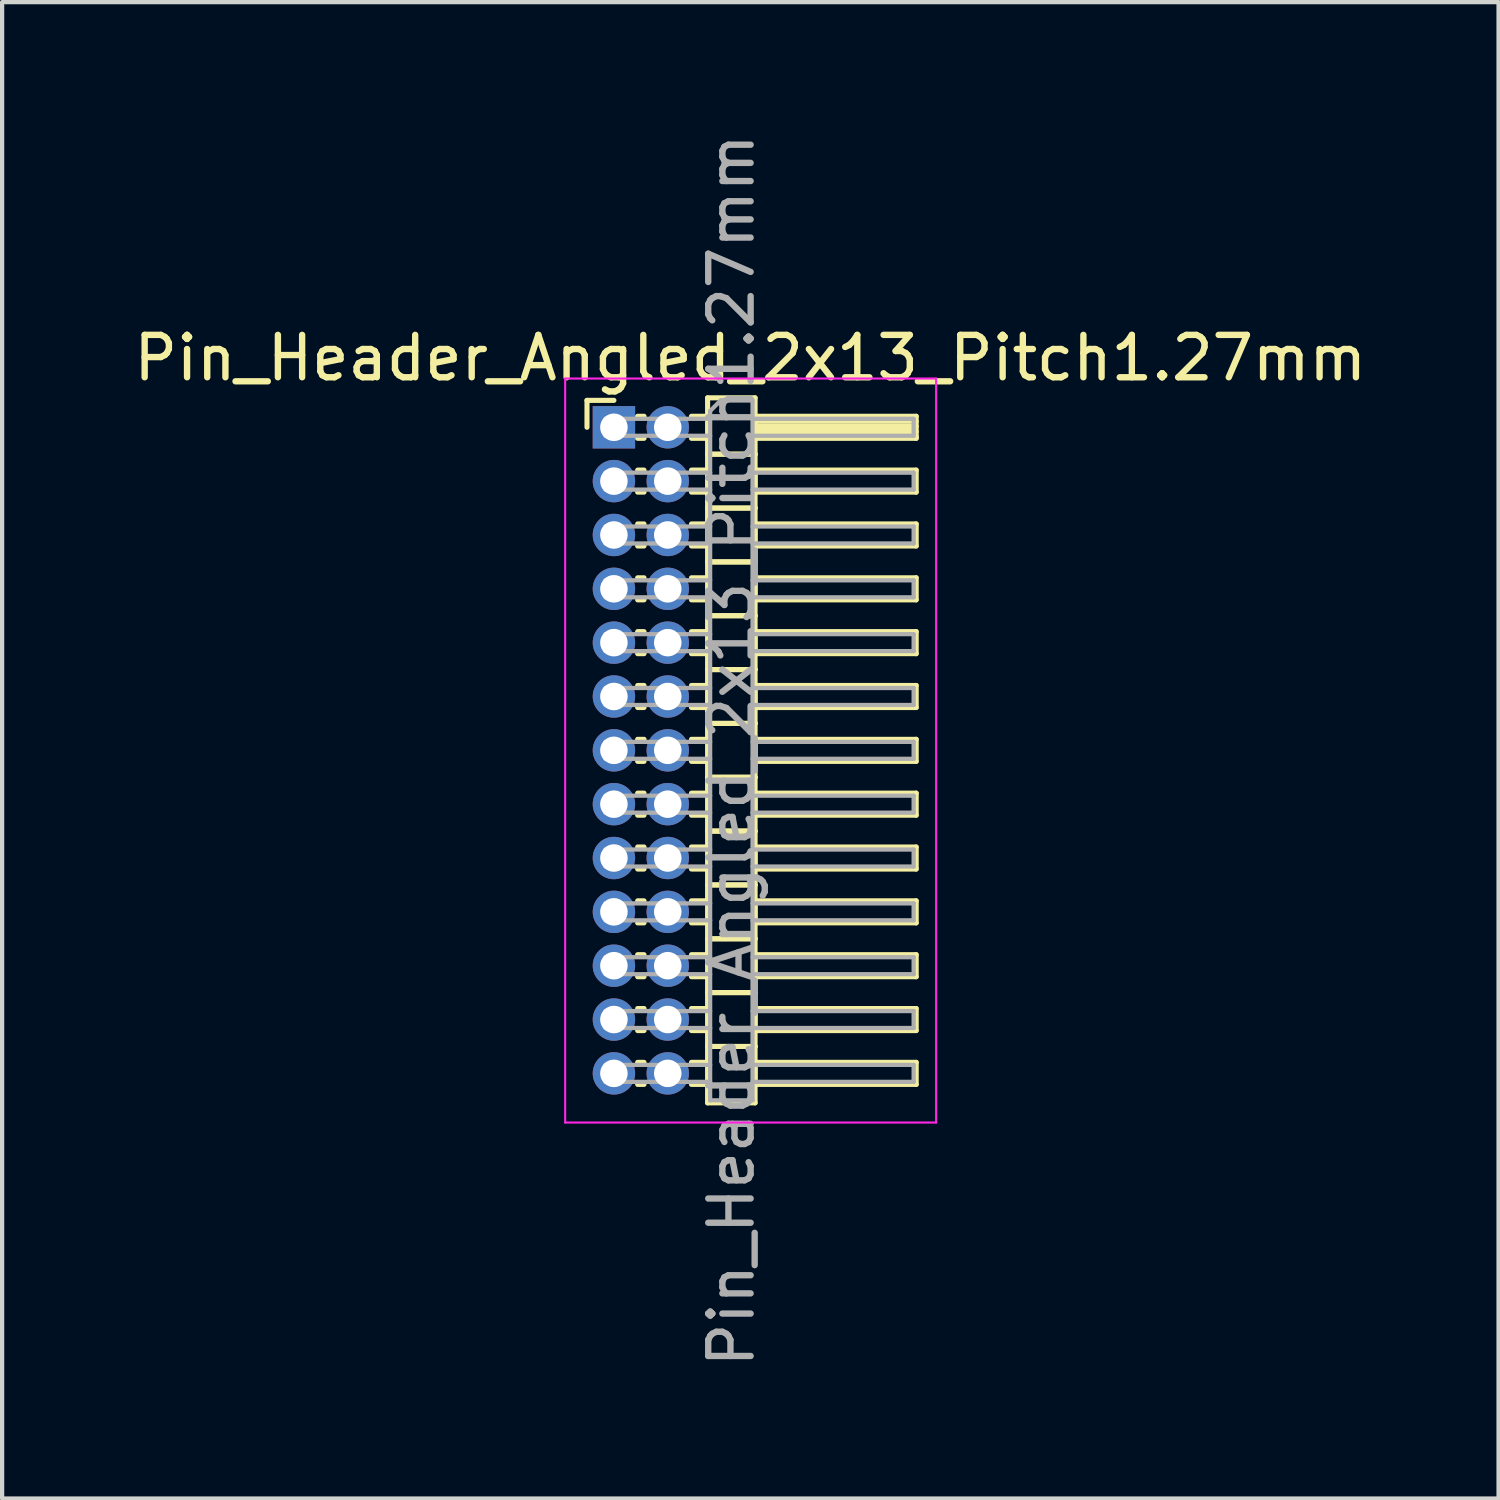
<source format=kicad_pcb>
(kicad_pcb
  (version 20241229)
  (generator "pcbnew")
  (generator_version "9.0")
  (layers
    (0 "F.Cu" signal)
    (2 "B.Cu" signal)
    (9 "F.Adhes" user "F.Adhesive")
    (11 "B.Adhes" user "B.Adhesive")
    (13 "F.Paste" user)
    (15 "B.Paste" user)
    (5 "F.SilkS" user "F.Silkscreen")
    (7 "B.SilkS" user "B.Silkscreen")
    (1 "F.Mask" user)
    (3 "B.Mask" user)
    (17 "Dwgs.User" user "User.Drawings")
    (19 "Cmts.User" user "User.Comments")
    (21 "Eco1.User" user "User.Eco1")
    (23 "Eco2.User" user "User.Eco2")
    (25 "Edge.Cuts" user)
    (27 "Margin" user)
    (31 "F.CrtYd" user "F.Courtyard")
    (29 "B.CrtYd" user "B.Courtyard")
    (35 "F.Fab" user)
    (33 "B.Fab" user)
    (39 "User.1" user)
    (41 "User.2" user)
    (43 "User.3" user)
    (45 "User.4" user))
  (footprint "Pin_Header_Angled_2x13_Pitch1.27mm"
    (layer "F.Cu")
    (at 11.431 7.029)
    (property "Reference" "Pin_Header_Angled_2x13_Pitch1.27mm" (at 3.217 -1.635 0) (layer "F.SilkS") (effects (font (size 1 1) (thickness 0.15))))
    (attr through_hole)
    (fp_line (start -0.635 -0.635) (end 0 -0.635) (stroke (width 0.12) (type solid)) (layer "F.SilkS"))
    (fp_line (start -0.635 0) (end -0.635 -0.635) (stroke (width 0.12) (type solid)) (layer "F.SilkS"))
    (fp_line (start 0.56 -0.26) (end 0.71 -0.26) (stroke (width 0.12) (type solid)) (layer "F.SilkS"))
    (fp_line (start 0.56 0.26) (end 0.71 0.26) (stroke (width 0.12) (type solid)) (layer "F.SilkS"))
    (fp_line (start 0.56 1.01) (end 0.71 1.01) (stroke (width 0.12) (type solid)) (layer "F.SilkS"))
    (fp_line (start 0.56 1.53) (end 0.71 1.53) (stroke (width 0.12) (type solid)) (layer "F.SilkS"))
    (fp_line (start 0.56 2.28) (end 0.71 2.28) (stroke (width 0.12) (type solid)) (layer "F.SilkS"))
    (fp_line (start 0.56 2.8) (end 0.71 2.8) (stroke (width 0.12) (type solid)) (layer "F.SilkS"))
    (fp_line (start 0.56 3.55) (end 0.71 3.55) (stroke (width 0.12) (type solid)) (layer "F.SilkS"))
    (fp_line (start 0.56 4.07) (end 0.71 4.07) (stroke (width 0.12) (type solid)) (layer "F.SilkS"))
    (fp_line (start 0.56 4.82) (end 0.71 4.82) (stroke (width 0.12) (type solid)) (layer "F.SilkS"))
    (fp_line (start 0.56 5.34) (end 0.71 5.34) (stroke (width 0.12) (type solid)) (layer "F.SilkS"))
    (fp_line (start 0.56 6.09) (end 0.71 6.09) (stroke (width 0.12) (type solid)) (layer "F.SilkS"))
    (fp_line (start 0.56 6.61) (end 0.71 6.61) (stroke (width 0.12) (type solid)) (layer "F.SilkS"))
    (fp_line (start 0.56 7.36) (end 0.71 7.36) (stroke (width 0.12) (type solid)) (layer "F.SilkS"))
    (fp_line (start 0.56 7.88) (end 0.71 7.88) (stroke (width 0.12) (type solid)) (layer "F.SilkS"))
    (fp_line (start 0.56 8.63) (end 0.71 8.63) (stroke (width 0.12) (type solid)) (layer "F.SilkS"))
    (fp_line (start 0.56 9.15) (end 0.71 9.15) (stroke (width 0.12) (type solid)) (layer "F.SilkS"))
    (fp_line (start 0.56 9.9) (end 0.71 9.9) (stroke (width 0.12) (type solid)) (layer "F.SilkS"))
    (fp_line (start 0.56 10.42) (end 0.71 10.42) (stroke (width 0.12) (type solid)) (layer "F.SilkS"))
    (fp_line (start 0.56 11.17) (end 0.71 11.17) (stroke (width 0.12) (type solid)) (layer "F.SilkS"))
    (fp_line (start 0.56 11.69) (end 0.71 11.69) (stroke (width 0.12) (type solid)) (layer "F.SilkS"))
    (fp_line (start 0.56 12.44) (end 0.71 12.44) (stroke (width 0.12) (type solid)) (layer "F.SilkS"))
    (fp_line (start 0.56 12.96) (end 0.71 12.96) (stroke (width 0.12) (type solid)) (layer "F.SilkS"))
    (fp_line (start 0.56 13.71) (end 0.71 13.71) (stroke (width 0.12) (type solid)) (layer "F.SilkS"))
    (fp_line (start 0.56 14.23) (end 0.71 14.23) (stroke (width 0.12) (type solid)) (layer "F.SilkS"))
    (fp_line (start 0.56 14.98) (end 0.71 14.98) (stroke (width 0.12) (type solid)) (layer "F.SilkS"))
    (fp_line (start 0.56 15.5) (end 0.71 15.5) (stroke (width 0.12) (type solid)) (layer "F.SilkS"))
    (fp_line (start 1.83 -0.26) (end 2.21 -0.26) (stroke (width 0.12) (type solid)) (layer "F.SilkS"))
    (fp_line (start 1.83 0.26) (end 2.21 0.26) (stroke (width 0.12) (type solid)) (layer "F.SilkS"))
    (fp_line (start 1.83 1.01) (end 2.21 1.01) (stroke (width 0.12) (type solid)) (layer "F.SilkS"))
    (fp_line (start 1.83 1.53) (end 2.21 1.53) (stroke (width 0.12) (type solid)) (layer "F.SilkS"))
    (fp_line (start 1.83 2.28) (end 2.21 2.28) (stroke (width 0.12) (type solid)) (layer "F.SilkS"))
    (fp_line (start 1.83 2.8) (end 2.21 2.8) (stroke (width 0.12) (type solid)) (layer "F.SilkS"))
    (fp_line (start 1.83 3.55) (end 2.21 3.55) (stroke (width 0.12) (type solid)) (layer "F.SilkS"))
    (fp_line (start 1.83 4.07) (end 2.21 4.07) (stroke (width 0.12) (type solid)) (layer "F.SilkS"))
    (fp_line (start 1.83 4.82) (end 2.21 4.82) (stroke (width 0.12) (type solid)) (layer "F.SilkS"))
    (fp_line (start 1.83 5.34) (end 2.21 5.34) (stroke (width 0.12) (type solid)) (layer "F.SilkS"))
    (fp_line (start 1.83 6.09) (end 2.21 6.09) (stroke (width 0.12) (type solid)) (layer "F.SilkS"))
    (fp_line (start 1.83 6.61) (end 2.21 6.61) (stroke (width 0.12) (type solid)) (layer "F.SilkS"))
    (fp_line (start 1.83 7.36) (end 2.21 7.36) (stroke (width 0.12) (type solid)) (layer "F.SilkS"))
    (fp_line (start 1.83 7.88) (end 2.21 7.88) (stroke (width 0.12) (type solid)) (layer "F.SilkS"))
    (fp_line (start 1.83 8.63) (end 2.21 8.63) (stroke (width 0.12) (type solid)) (layer "F.SilkS"))
    (fp_line (start 1.83 9.15) (end 2.21 9.15) (stroke (width 0.12) (type solid)) (layer "F.SilkS"))
    (fp_line (start 1.83 9.9) (end 2.21 9.9) (stroke (width 0.12) (type solid)) (layer "F.SilkS"))
    (fp_line (start 1.83 10.42) (end 2.21 10.42) (stroke (width 0.12) (type solid)) (layer "F.SilkS"))
    (fp_line (start 1.83 11.17) (end 2.21 11.17) (stroke (width 0.12) (type solid)) (layer "F.SilkS"))
    (fp_line (start 1.83 11.69) (end 2.21 11.69) (stroke (width 0.12) (type solid)) (layer "F.SilkS"))
    (fp_line (start 1.83 12.44) (end 2.21 12.44) (stroke (width 0.12) (type solid)) (layer "F.SilkS"))
    (fp_line (start 1.83 12.96) (end 2.21 12.96) (stroke (width 0.12) (type solid)) (layer "F.SilkS"))
    (fp_line (start 1.83 13.71) (end 2.21 13.71) (stroke (width 0.12) (type solid)) (layer "F.SilkS"))
    (fp_line (start 1.83 14.23) (end 2.21 14.23) (stroke (width 0.12) (type solid)) (layer "F.SilkS"))
    (fp_line (start 1.83 14.98) (end 2.21 14.98) (stroke (width 0.12) (type solid)) (layer "F.SilkS"))
    (fp_line (start 1.83 15.5) (end 2.21 15.5) (stroke (width 0.12) (type solid)) (layer "F.SilkS"))
    (fp_line (start 2.21 -0.695) (end 2.21 0.635) (stroke (width 0.12) (type solid)) (layer "F.SilkS"))
    (fp_line (start 2.21 0.635) (end 2.21 1.905) (stroke (width 0.12) (type solid)) (layer "F.SilkS"))
    (fp_line (start 2.21 0.635) (end 3.33 0.635) (stroke (width 0.12) (type solid)) (layer "F.SilkS"))
    (fp_line (start 2.21 1.905) (end 2.21 3.175) (stroke (width 0.12) (type solid)) (layer "F.SilkS"))
    (fp_line (start 2.21 1.905) (end 3.33 1.905) (stroke (width 0.12) (type solid)) (layer "F.SilkS"))
    (fp_line (start 2.21 3.175) (end 2.21 4.445) (stroke (width 0.12) (type solid)) (layer "F.SilkS"))
    (fp_line (start 2.21 3.175) (end 3.33 3.175) (stroke (width 0.12) (type solid)) (layer "F.SilkS"))
    (fp_line (start 2.21 4.445) (end 2.21 5.715) (stroke (width 0.12) (type solid)) (layer "F.SilkS"))
    (fp_line (start 2.21 4.445) (end 3.33 4.445) (stroke (width 0.12) (type solid)) (layer "F.SilkS"))
    (fp_line (start 2.21 5.715) (end 2.21 6.985) (stroke (width 0.12) (type solid)) (layer "F.SilkS"))
    (fp_line (start 2.21 5.715) (end 3.33 5.715) (stroke (width 0.12) (type solid)) (layer "F.SilkS"))
    (fp_line (start 2.21 6.985) (end 2.21 8.255) (stroke (width 0.12) (type solid)) (layer "F.SilkS"))
    (fp_line (start 2.21 6.985) (end 3.33 6.985) (stroke (width 0.12) (type solid)) (layer "F.SilkS"))
    (fp_line (start 2.21 8.255) (end 2.21 9.525) (stroke (width 0.12) (type solid)) (layer "F.SilkS"))
    (fp_line (start 2.21 8.255) (end 3.33 8.255) (stroke (width 0.12) (type solid)) (layer "F.SilkS"))
    (fp_line (start 2.21 9.525) (end 2.21 10.795) (stroke (width 0.12) (type solid)) (layer "F.SilkS"))
    (fp_line (start 2.21 9.525) (end 3.33 9.525) (stroke (width 0.12) (type solid)) (layer "F.SilkS"))
    (fp_line (start 2.21 10.795) (end 2.21 12.065) (stroke (width 0.12) (type solid)) (layer "F.SilkS"))
    (fp_line (start 2.21 10.795) (end 3.33 10.795) (stroke (width 0.12) (type solid)) (layer "F.SilkS"))
    (fp_line (start 2.21 12.065) (end 2.21 13.335) (stroke (width 0.12) (type solid)) (layer "F.SilkS"))
    (fp_line (start 2.21 12.065) (end 3.33 12.065) (stroke (width 0.12) (type solid)) (layer "F.SilkS"))
    (fp_line (start 2.21 13.335) (end 2.21 14.605) (stroke (width 0.12) (type solid)) (layer "F.SilkS"))
    (fp_line (start 2.21 13.335) (end 3.33 13.335) (stroke (width 0.12) (type solid)) (layer "F.SilkS"))
    (fp_line (start 2.21 14.605) (end 2.21 15.935) (stroke (width 0.12) (type solid)) (layer "F.SilkS"))
    (fp_line (start 2.21 14.605) (end 3.33 14.605) (stroke (width 0.12) (type solid)) (layer "F.SilkS"))
    (fp_line (start 2.21 15.935) (end 3.33 15.935) (stroke (width 0.12) (type solid)) (layer "F.SilkS"))
    (fp_line (start 3.33 -0.695) (end 2.21 -0.695) (stroke (width 0.12) (type solid)) (layer "F.SilkS"))
    (fp_line (start 3.33 -0.26) (end 3.33 0.26) (stroke (width 0.12) (type solid)) (layer "F.SilkS"))
    (fp_line (start 3.33 -0.14) (end 7.13 -0.14) (stroke (width 0.12) (type solid)) (layer "F.SilkS"))
    (fp_line (start 3.33 -0.02) (end 7.13 -0.02) (stroke (width 0.12) (type solid)) (layer "F.SilkS"))
    (fp_line (start 3.33 0.1) (end 7.13 0.1) (stroke (width 0.12) (type solid)) (layer "F.SilkS"))
    (fp_line (start 3.33 0.22) (end 7.13 0.22) (stroke (width 0.12) (type solid)) (layer "F.SilkS"))
    (fp_line (start 3.33 0.26) (end 7.13 0.26) (stroke (width 0.12) (type solid)) (layer "F.SilkS"))
    (fp_line (start 3.33 0.635) (end 2.21 0.635) (stroke (width 0.12) (type solid)) (layer "F.SilkS"))
    (fp_line (start 3.33 0.635) (end 3.33 -0.695) (stroke (width 0.12) (type solid)) (layer "F.SilkS"))
    (fp_line (start 3.33 1.01) (end 3.33 1.53) (stroke (width 0.12) (type solid)) (layer "F.SilkS"))
    (fp_line (start 3.33 1.53) (end 7.13 1.53) (stroke (width 0.12) (type solid)) (layer "F.SilkS"))
    (fp_line (start 3.33 1.905) (end 2.21 1.905) (stroke (width 0.12) (type solid)) (layer "F.SilkS"))
    (fp_line (start 3.33 1.905) (end 3.33 0.635) (stroke (width 0.12) (type solid)) (layer "F.SilkS"))
    (fp_line (start 3.33 2.28) (end 3.33 2.8) (stroke (width 0.12) (type solid)) (layer "F.SilkS"))
    (fp_line (start 3.33 2.8) (end 7.13 2.8) (stroke (width 0.12) (type solid)) (layer "F.SilkS"))
    (fp_line (start 3.33 3.175) (end 2.21 3.175) (stroke (width 0.12) (type solid)) (layer "F.SilkS"))
    (fp_line (start 3.33 3.175) (end 3.33 1.905) (stroke (width 0.12) (type solid)) (layer "F.SilkS"))
    (fp_line (start 3.33 3.55) (end 3.33 4.07) (stroke (width 0.12) (type solid)) (layer "F.SilkS"))
    (fp_line (start 3.33 4.07) (end 7.13 4.07) (stroke (width 0.12) (type solid)) (layer "F.SilkS"))
    (fp_line (start 3.33 4.445) (end 2.21 4.445) (stroke (width 0.12) (type solid)) (layer "F.SilkS"))
    (fp_line (start 3.33 4.445) (end 3.33 3.175) (stroke (width 0.12) (type solid)) (layer "F.SilkS"))
    (fp_line (start 3.33 4.82) (end 3.33 5.34) (stroke (width 0.12) (type solid)) (layer "F.SilkS"))
    (fp_line (start 3.33 5.34) (end 7.13 5.34) (stroke (width 0.12) (type solid)) (layer "F.SilkS"))
    (fp_line (start 3.33 5.715) (end 2.21 5.715) (stroke (width 0.12) (type solid)) (layer "F.SilkS"))
    (fp_line (start 3.33 5.715) (end 3.33 4.445) (stroke (width 0.12) (type solid)) (layer "F.SilkS"))
    (fp_line (start 3.33 6.09) (end 3.33 6.61) (stroke (width 0.12) (type solid)) (layer "F.SilkS"))
    (fp_line (start 3.33 6.61) (end 7.13 6.61) (stroke (width 0.12) (type solid)) (layer "F.SilkS"))
    (fp_line (start 3.33 6.985) (end 2.21 6.985) (stroke (width 0.12) (type solid)) (layer "F.SilkS"))
    (fp_line (start 3.33 6.985) (end 3.33 5.715) (stroke (width 0.12) (type solid)) (layer "F.SilkS"))
    (fp_line (start 3.33 7.36) (end 3.33 7.88) (stroke (width 0.12) (type solid)) (layer "F.SilkS"))
    (fp_line (start 3.33 7.88) (end 7.13 7.88) (stroke (width 0.12) (type solid)) (layer "F.SilkS"))
    (fp_line (start 3.33 8.255) (end 2.21 8.255) (stroke (width 0.12) (type solid)) (layer "F.SilkS"))
    (fp_line (start 3.33 8.255) (end 3.33 6.985) (stroke (width 0.12) (type solid)) (layer "F.SilkS"))
    (fp_line (start 3.33 8.63) (end 3.33 9.15) (stroke (width 0.12) (type solid)) (layer "F.SilkS"))
    (fp_line (start 3.33 9.15) (end 7.13 9.15) (stroke (width 0.12) (type solid)) (layer "F.SilkS"))
    (fp_line (start 3.33 9.525) (end 2.21 9.525) (stroke (width 0.12) (type solid)) (layer "F.SilkS"))
    (fp_line (start 3.33 9.525) (end 3.33 8.255) (stroke (width 0.12) (type solid)) (layer "F.SilkS"))
    (fp_line (start 3.33 9.9) (end 3.33 10.42) (stroke (width 0.12) (type solid)) (layer "F.SilkS"))
    (fp_line (start 3.33 10.42) (end 7.13 10.42) (stroke (width 0.12) (type solid)) (layer "F.SilkS"))
    (fp_line (start 3.33 10.795) (end 2.21 10.795) (stroke (width 0.12) (type solid)) (layer "F.SilkS"))
    (fp_line (start 3.33 10.795) (end 3.33 9.525) (stroke (width 0.12) (type solid)) (layer "F.SilkS"))
    (fp_line (start 3.33 11.17) (end 3.33 11.69) (stroke (width 0.12) (type solid)) (layer "F.SilkS"))
    (fp_line (start 3.33 11.69) (end 7.13 11.69) (stroke (width 0.12) (type solid)) (layer "F.SilkS"))
    (fp_line (start 3.33 12.065) (end 2.21 12.065) (stroke (width 0.12) (type solid)) (layer "F.SilkS"))
    (fp_line (start 3.33 12.065) (end 3.33 10.795) (stroke (width 0.12) (type solid)) (layer "F.SilkS"))
    (fp_line (start 3.33 12.44) (end 3.33 12.96) (stroke (width 0.12) (type solid)) (layer "F.SilkS"))
    (fp_line (start 3.33 12.96) (end 7.13 12.96) (stroke (width 0.12) (type solid)) (layer "F.SilkS"))
    (fp_line (start 3.33 13.335) (end 2.21 13.335) (stroke (width 0.12) (type solid)) (layer "F.SilkS"))
    (fp_line (start 3.33 13.335) (end 3.33 12.065) (stroke (width 0.12) (type solid)) (layer "F.SilkS"))
    (fp_line (start 3.33 13.71) (end 3.33 14.23) (stroke (width 0.12) (type solid)) (layer "F.SilkS"))
    (fp_line (start 3.33 14.23) (end 7.13 14.23) (stroke (width 0.12) (type solid)) (layer "F.SilkS"))
    (fp_line (start 3.33 14.605) (end 2.21 14.605) (stroke (width 0.12) (type solid)) (layer "F.SilkS"))
    (fp_line (start 3.33 14.605) (end 3.33 13.335) (stroke (width 0.12) (type solid)) (layer "F.SilkS"))
    (fp_line (start 3.33 14.98) (end 3.33 15.5) (stroke (width 0.12) (type solid)) (layer "F.SilkS"))
    (fp_line (start 3.33 15.5) (end 7.13 15.5) (stroke (width 0.12) (type solid)) (layer "F.SilkS"))
    (fp_line (start 3.33 15.935) (end 3.33 14.605) (stroke (width 0.12) (type solid)) (layer "F.SilkS"))
    (fp_line (start 7.13 -0.26) (end 3.33 -0.26) (stroke (width 0.12) (type solid)) (layer "F.SilkS"))
    (fp_line (start 7.13 0.26) (end 7.13 -0.26) (stroke (width 0.12) (type solid)) (layer "F.SilkS"))
    (fp_line (start 7.13 1.01) (end 3.33 1.01) (stroke (width 0.12) (type solid)) (layer "F.SilkS"))
    (fp_line (start 7.13 1.53) (end 7.13 1.01) (stroke (width 0.12) (type solid)) (layer "F.SilkS"))
    (fp_line (start 7.13 2.28) (end 3.33 2.28) (stroke (width 0.12) (type solid)) (layer "F.SilkS"))
    (fp_line (start 7.13 2.8) (end 7.13 2.28) (stroke (width 0.12) (type solid)) (layer "F.SilkS"))
    (fp_line (start 7.13 3.55) (end 3.33 3.55) (stroke (width 0.12) (type solid)) (layer "F.SilkS"))
    (fp_line (start 7.13 4.07) (end 7.13 3.55) (stroke (width 0.12) (type solid)) (layer "F.SilkS"))
    (fp_line (start 7.13 4.82) (end 3.33 4.82) (stroke (width 0.12) (type solid)) (layer "F.SilkS"))
    (fp_line (start 7.13 5.34) (end 7.13 4.82) (stroke (width 0.12) (type solid)) (layer "F.SilkS"))
    (fp_line (start 7.13 6.09) (end 3.33 6.09) (stroke (width 0.12) (type solid)) (layer "F.SilkS"))
    (fp_line (start 7.13 6.61) (end 7.13 6.09) (stroke (width 0.12) (type solid)) (layer "F.SilkS"))
    (fp_line (start 7.13 7.36) (end 3.33 7.36) (stroke (width 0.12) (type solid)) (layer "F.SilkS"))
    (fp_line (start 7.13 7.88) (end 7.13 7.36) (stroke (width 0.12) (type solid)) (layer "F.SilkS"))
    (fp_line (start 7.13 8.63) (end 3.33 8.63) (stroke (width 0.12) (type solid)) (layer "F.SilkS"))
    (fp_line (start 7.13 9.15) (end 7.13 8.63) (stroke (width 0.12) (type solid)) (layer "F.SilkS"))
    (fp_line (start 7.13 9.9) (end 3.33 9.9) (stroke (width 0.12) (type solid)) (layer "F.SilkS"))
    (fp_line (start 7.13 10.42) (end 7.13 9.9) (stroke (width 0.12) (type solid)) (layer "F.SilkS"))
    (fp_line (start 7.13 11.17) (end 3.33 11.17) (stroke (width 0.12) (type solid)) (layer "F.SilkS"))
    (fp_line (start 7.13 11.69) (end 7.13 11.17) (stroke (width 0.12) (type solid)) (layer "F.SilkS"))
    (fp_line (start 7.13 12.44) (end 3.33 12.44) (stroke (width 0.12) (type solid)) (layer "F.SilkS"))
    (fp_line (start 7.13 12.96) (end 7.13 12.44) (stroke (width 0.12) (type solid)) (layer "F.SilkS"))
    (fp_line (start 7.13 13.71) (end 3.33 13.71) (stroke (width 0.12) (type solid)) (layer "F.SilkS"))
    (fp_line (start 7.13 14.23) (end 7.13 13.71) (stroke (width 0.12) (type solid)) (layer "F.SilkS"))
    (fp_line (start 7.13 14.98) (end 3.33 14.98) (stroke (width 0.12) (type solid)) (layer "F.SilkS"))
    (fp_line (start 7.13 15.5) (end 7.13 14.98) (stroke (width 0.12) (type solid)) (layer "F.SilkS"))
    (fp_line (start -1.15 -1.15) (end -1.15 16.4) (stroke (width 0.05) (type solid)) (layer "F.CrtYd"))
    (fp_line (start -1.15 16.4) (end 7.6 16.4) (stroke (width 0.05) (type solid)) (layer "F.CrtYd"))
    (fp_line (start 7.6 -1.15) (end -1.15 -1.15) (stroke (width 0.05) (type solid)) (layer "F.CrtYd"))
    (fp_line (start 7.6 16.4) (end 7.6 -1.15) (stroke (width 0.05) (type solid)) (layer "F.CrtYd"))
    (fp_line (start -0.2 -0.2) (end -0.2 0.2) (stroke (width 0.1) (type solid)) (layer "F.Fab"))
    (fp_line (start -0.2 -0.2) (end 2.27 -0.2) (stroke (width 0.1) (type solid)) (layer "F.Fab"))
    (fp_line (start -0.2 0.2) (end 2.27 0.2) (stroke (width 0.1) (type solid)) (layer "F.Fab"))
    (fp_line (start -0.2 1.07) (end -0.2 1.47) (stroke (width 0.1) (type solid)) (layer "F.Fab"))
    (fp_line (start -0.2 1.07) (end 2.27 1.07) (stroke (width 0.1) (type solid)) (layer "F.Fab"))
    (fp_line (start -0.2 1.47) (end 2.27 1.47) (stroke (width 0.1) (type solid)) (layer "F.Fab"))
    (fp_line (start -0.2 2.34) (end -0.2 2.74) (stroke (width 0.1) (type solid)) (layer "F.Fab"))
    (fp_line (start -0.2 2.34) (end 2.27 2.34) (stroke (width 0.1) (type solid)) (layer "F.Fab"))
    (fp_line (start -0.2 2.74) (end 2.27 2.74) (stroke (width 0.1) (type solid)) (layer "F.Fab"))
    (fp_line (start -0.2 3.61) (end -0.2 4.01) (stroke (width 0.1) (type solid)) (layer "F.Fab"))
    (fp_line (start -0.2 3.61) (end 2.27 3.61) (stroke (width 0.1) (type solid)) (layer "F.Fab"))
    (fp_line (start -0.2 4.01) (end 2.27 4.01) (stroke (width 0.1) (type solid)) (layer "F.Fab"))
    (fp_line (start -0.2 4.88) (end -0.2 5.28) (stroke (width 0.1) (type solid)) (layer "F.Fab"))
    (fp_line (start -0.2 4.88) (end 2.27 4.88) (stroke (width 0.1) (type solid)) (layer "F.Fab"))
    (fp_line (start -0.2 5.28) (end 2.27 5.28) (stroke (width 0.1) (type solid)) (layer "F.Fab"))
    (fp_line (start -0.2 6.15) (end -0.2 6.55) (stroke (width 0.1) (type solid)) (layer "F.Fab"))
    (fp_line (start -0.2 6.15) (end 2.27 6.15) (stroke (width 0.1) (type solid)) (layer "F.Fab"))
    (fp_line (start -0.2 6.55) (end 2.27 6.55) (stroke (width 0.1) (type solid)) (layer "F.Fab"))
    (fp_line (start -0.2 7.42) (end -0.2 7.82) (stroke (width 0.1) (type solid)) (layer "F.Fab"))
    (fp_line (start -0.2 7.42) (end 2.27 7.42) (stroke (width 0.1) (type solid)) (layer "F.Fab"))
    (fp_line (start -0.2 7.82) (end 2.27 7.82) (stroke (width 0.1) (type solid)) (layer "F.Fab"))
    (fp_line (start -0.2 8.69) (end -0.2 9.09) (stroke (width 0.1) (type solid)) (layer "F.Fab"))
    (fp_line (start -0.2 8.69) (end 2.27 8.69) (stroke (width 0.1) (type solid)) (layer "F.Fab"))
    (fp_line (start -0.2 9.09) (end 2.27 9.09) (stroke (width 0.1) (type solid)) (layer "F.Fab"))
    (fp_line (start -0.2 9.96) (end -0.2 10.36) (stroke (width 0.1) (type solid)) (layer "F.Fab"))
    (fp_line (start -0.2 9.96) (end 2.27 9.96) (stroke (width 0.1) (type solid)) (layer "F.Fab"))
    (fp_line (start -0.2 10.36) (end 2.27 10.36) (stroke (width 0.1) (type solid)) (layer "F.Fab"))
    (fp_line (start -0.2 11.23) (end -0.2 11.63) (stroke (width 0.1) (type solid)) (layer "F.Fab"))
    (fp_line (start -0.2 11.23) (end 2.27 11.23) (stroke (width 0.1) (type solid)) (layer "F.Fab"))
    (fp_line (start -0.2 11.63) (end 2.27 11.63) (stroke (width 0.1) (type solid)) (layer "F.Fab"))
    (fp_line (start -0.2 12.5) (end -0.2 12.9) (stroke (width 0.1) (type solid)) (layer "F.Fab"))
    (fp_line (start -0.2 12.5) (end 2.27 12.5) (stroke (width 0.1) (type solid)) (layer "F.Fab"))
    (fp_line (start -0.2 12.9) (end 2.27 12.9) (stroke (width 0.1) (type solid)) (layer "F.Fab"))
    (fp_line (start -0.2 13.77) (end -0.2 14.17) (stroke (width 0.1) (type solid)) (layer "F.Fab"))
    (fp_line (start -0.2 13.77) (end 2.27 13.77) (stroke (width 0.1) (type solid)) (layer "F.Fab"))
    (fp_line (start -0.2 14.17) (end 2.27 14.17) (stroke (width 0.1) (type solid)) (layer "F.Fab"))
    (fp_line (start -0.2 15.04) (end -0.2 15.44) (stroke (width 0.1) (type solid)) (layer "F.Fab"))
    (fp_line (start -0.2 15.04) (end 2.27 15.04) (stroke (width 0.1) (type solid)) (layer "F.Fab"))
    (fp_line (start -0.2 15.44) (end 2.27 15.44) (stroke (width 0.1) (type solid)) (layer "F.Fab"))
    (fp_line (start 2.27 -0.385) (end 2.52 -0.635) (stroke (width 0.1) (type solid)) (layer "F.Fab"))
    (fp_line (start 2.27 15.875) (end 2.27 -0.385) (stroke (width 0.1) (type solid)) (layer "F.Fab"))
    (fp_line (start 2.52 -0.635) (end 3.27 -0.635) (stroke (width 0.1) (type solid)) (layer "F.Fab"))
    (fp_line (start 3.27 -0.635) (end 3.27 15.875) (stroke (width 0.1) (type solid)) (layer "F.Fab"))
    (fp_line (start 3.27 -0.2) (end 7.07 -0.2) (stroke (width 0.1) (type solid)) (layer "F.Fab"))
    (fp_line (start 3.27 0.2) (end 7.07 0.2) (stroke (width 0.1) (type solid)) (layer "F.Fab"))
    (fp_line (start 3.27 1.07) (end 7.07 1.07) (stroke (width 0.1) (type solid)) (layer "F.Fab"))
    (fp_line (start 3.27 1.47) (end 7.07 1.47) (stroke (width 0.1) (type solid)) (layer "F.Fab"))
    (fp_line (start 3.27 2.34) (end 7.07 2.34) (stroke (width 0.1) (type solid)) (layer "F.Fab"))
    (fp_line (start 3.27 2.74) (end 7.07 2.74) (stroke (width 0.1) (type solid)) (layer "F.Fab"))
    (fp_line (start 3.27 3.61) (end 7.07 3.61) (stroke (width 0.1) (type solid)) (layer "F.Fab"))
    (fp_line (start 3.27 4.01) (end 7.07 4.01) (stroke (width 0.1) (type solid)) (layer "F.Fab"))
    (fp_line (start 3.27 4.88) (end 7.07 4.88) (stroke (width 0.1) (type solid)) (layer "F.Fab"))
    (fp_line (start 3.27 5.28) (end 7.07 5.28) (stroke (width 0.1) (type solid)) (layer "F.Fab"))
    (fp_line (start 3.27 6.15) (end 7.07 6.15) (stroke (width 0.1) (type solid)) (layer "F.Fab"))
    (fp_line (start 3.27 6.55) (end 7.07 6.55) (stroke (width 0.1) (type solid)) (layer "F.Fab"))
    (fp_line (start 3.27 7.42) (end 7.07 7.42) (stroke (width 0.1) (type solid)) (layer "F.Fab"))
    (fp_line (start 3.27 7.82) (end 7.07 7.82) (stroke (width 0.1) (type solid)) (layer "F.Fab"))
    (fp_line (start 3.27 8.69) (end 7.07 8.69) (stroke (width 0.1) (type solid)) (layer "F.Fab"))
    (fp_line (start 3.27 9.09) (end 7.07 9.09) (stroke (width 0.1) (type solid)) (layer "F.Fab"))
    (fp_line (start 3.27 9.96) (end 7.07 9.96) (stroke (width 0.1) (type solid)) (layer "F.Fab"))
    (fp_line (start 3.27 10.36) (end 7.07 10.36) (stroke (width 0.1) (type solid)) (layer "F.Fab"))
    (fp_line (start 3.27 11.23) (end 7.07 11.23) (stroke (width 0.1) (type solid)) (layer "F.Fab"))
    (fp_line (start 3.27 11.63) (end 7.07 11.63) (stroke (width 0.1) (type solid)) (layer "F.Fab"))
    (fp_line (start 3.27 12.5) (end 7.07 12.5) (stroke (width 0.1) (type solid)) (layer "F.Fab"))
    (fp_line (start 3.27 12.9) (end 7.07 12.9) (stroke (width 0.1) (type solid)) (layer "F.Fab"))
    (fp_line (start 3.27 13.77) (end 7.07 13.77) (stroke (width 0.1) (type solid)) (layer "F.Fab"))
    (fp_line (start 3.27 14.17) (end 7.07 14.17) (stroke (width 0.1) (type solid)) (layer "F.Fab"))
    (fp_line (start 3.27 15.04) (end 7.07 15.04) (stroke (width 0.1) (type solid)) (layer "F.Fab"))
    (fp_line (start 3.27 15.44) (end 7.07 15.44) (stroke (width 0.1) (type solid)) (layer "F.Fab"))
    (fp_line (start 3.27 15.875) (end 2.27 15.875) (stroke (width 0.1) (type solid)) (layer "F.Fab"))
    (fp_line (start 7.07 -0.2) (end 7.07 0.2) (stroke (width 0.1) (type solid)) (layer "F.Fab"))
    (fp_line (start 7.07 1.07) (end 7.07 1.47) (stroke (width 0.1) (type solid)) (layer "F.Fab"))
    (fp_line (start 7.07 2.34) (end 7.07 2.74) (stroke (width 0.1) (type solid)) (layer "F.Fab"))
    (fp_line (start 7.07 3.61) (end 7.07 4.01) (stroke (width 0.1) (type solid)) (layer "F.Fab"))
    (fp_line (start 7.07 4.88) (end 7.07 5.28) (stroke (width 0.1) (type solid)) (layer "F.Fab"))
    (fp_line (start 7.07 6.15) (end 7.07 6.55) (stroke (width 0.1) (type solid)) (layer "F.Fab"))
    (fp_line (start 7.07 7.42) (end 7.07 7.82) (stroke (width 0.1) (type solid)) (layer "F.Fab"))
    (fp_line (start 7.07 8.69) (end 7.07 9.09) (stroke (width 0.1) (type solid)) (layer "F.Fab"))
    (fp_line (start 7.07 9.96) (end 7.07 10.36) (stroke (width 0.1) (type solid)) (layer "F.Fab"))
    (fp_line (start 7.07 11.23) (end 7.07 11.63) (stroke (width 0.1) (type solid)) (layer "F.Fab"))
    (fp_line (start 7.07 12.5) (end 7.07 12.9) (stroke (width 0.1) (type solid)) (layer "F.Fab"))
    (fp_line (start 7.07 13.77) (end 7.07 14.17) (stroke (width 0.1) (type solid)) (layer "F.Fab"))
    (fp_line (start 7.07 15.04) (end 7.07 15.44) (stroke (width 0.1) (type solid)) (layer "F.Fab"))
    (fp_text user "${REFERENCE}" (at 2.77 7.62 90) (layer "F.Fab") (effects (font (size 1 1) (thickness 0.15))))
    (pad "1" thru_hole rect (at 0 0) (size 1 1) (drill 0.65) (layers "*.Cu" "*.Mask"))
    (pad "2" thru_hole oval (at 1.27 0) (size 1 1) (drill 0.65) (layers "*.Cu" "*.Mask"))
    (pad "3" thru_hole oval (at 0 1.27) (size 1 1) (drill 0.65) (layers "*.Cu" "*.Mask"))
    (pad "4" thru_hole oval (at 1.27 1.27) (size 1 1) (drill 0.65) (layers "*.Cu" "*.Mask"))
    (pad "5" thru_hole oval (at 0 2.54) (size 1 1) (drill 0.65) (layers "*.Cu" "*.Mask"))
    (pad "6" thru_hole oval (at 1.27 2.54) (size 1 1) (drill 0.65) (layers "*.Cu" "*.Mask"))
    (pad "7" thru_hole oval (at 0 3.81) (size 1 1) (drill 0.65) (layers "*.Cu" "*.Mask"))
    (pad "8" thru_hole oval (at 1.27 3.81) (size 1 1) (drill 0.65) (layers "*.Cu" "*.Mask"))
    (pad "9" thru_hole oval (at 0 5.08) (size 1 1) (drill 0.65) (layers "*.Cu" "*.Mask"))
    (pad "10" thru_hole oval (at 1.27 5.08) (size 1 1) (drill 0.65) (layers "*.Cu" "*.Mask"))
    (pad "11" thru_hole oval (at 0 6.35) (size 1 1) (drill 0.65) (layers "*.Cu" "*.Mask"))
    (pad "12" thru_hole oval (at 1.27 6.35) (size 1 1) (drill 0.65) (layers "*.Cu" "*.Mask"))
    (pad "13" thru_hole oval (at 0 7.62) (size 1 1) (drill 0.65) (layers "*.Cu" "*.Mask"))
    (pad "14" thru_hole oval (at 1.27 7.62) (size 1 1) (drill 0.65) (layers "*.Cu" "*.Mask"))
    (pad "15" thru_hole oval (at 0 8.89) (size 1 1) (drill 0.65) (layers "*.Cu" "*.Mask"))
    (pad "16" thru_hole oval (at 1.27 8.89) (size 1 1) (drill 0.65) (layers "*.Cu" "*.Mask"))
    (pad "17" thru_hole oval (at 0 10.16) (size 1 1) (drill 0.65) (layers "*.Cu" "*.Mask"))
    (pad "18" thru_hole oval (at 1.27 10.16) (size 1 1) (drill 0.65) (layers "*.Cu" "*.Mask"))
    (pad "19" thru_hole oval (at 0 11.43) (size 1 1) (drill 0.65) (layers "*.Cu" "*.Mask"))
    (pad "20" thru_hole oval (at 1.27 11.43) (size 1 1) (drill 0.65) (layers "*.Cu" "*.Mask"))
    (pad "21" thru_hole oval (at 0 12.7) (size 1 1) (drill 0.65) (layers "*.Cu" "*.Mask"))
    (pad "22" thru_hole oval (at 1.27 12.7) (size 1 1) (drill 0.65) (layers "*.Cu" "*.Mask"))
    (pad "23" thru_hole oval (at 0 13.97) (size 1 1) (drill 0.65) (layers "*.Cu" "*.Mask"))
    (pad "24" thru_hole oval (at 1.27 13.97) (size 1 1) (drill 0.65) (layers "*.Cu" "*.Mask"))
    (pad "25" thru_hole oval (at 0 15.24) (size 1 1) (drill 0.65) (layers "*.Cu" "*.Mask"))
    (pad "26" thru_hole oval (at 1.27 15.24) (size 1 1) (drill 0.65) (layers "*.Cu" "*.Mask")))
  (gr_rect
    (start -3 -3)
    (end 32.298 32.298)
    (stroke (width 0.1) (type default))
    (fill no)
    (layer "Edge.Cuts")))
</source>
